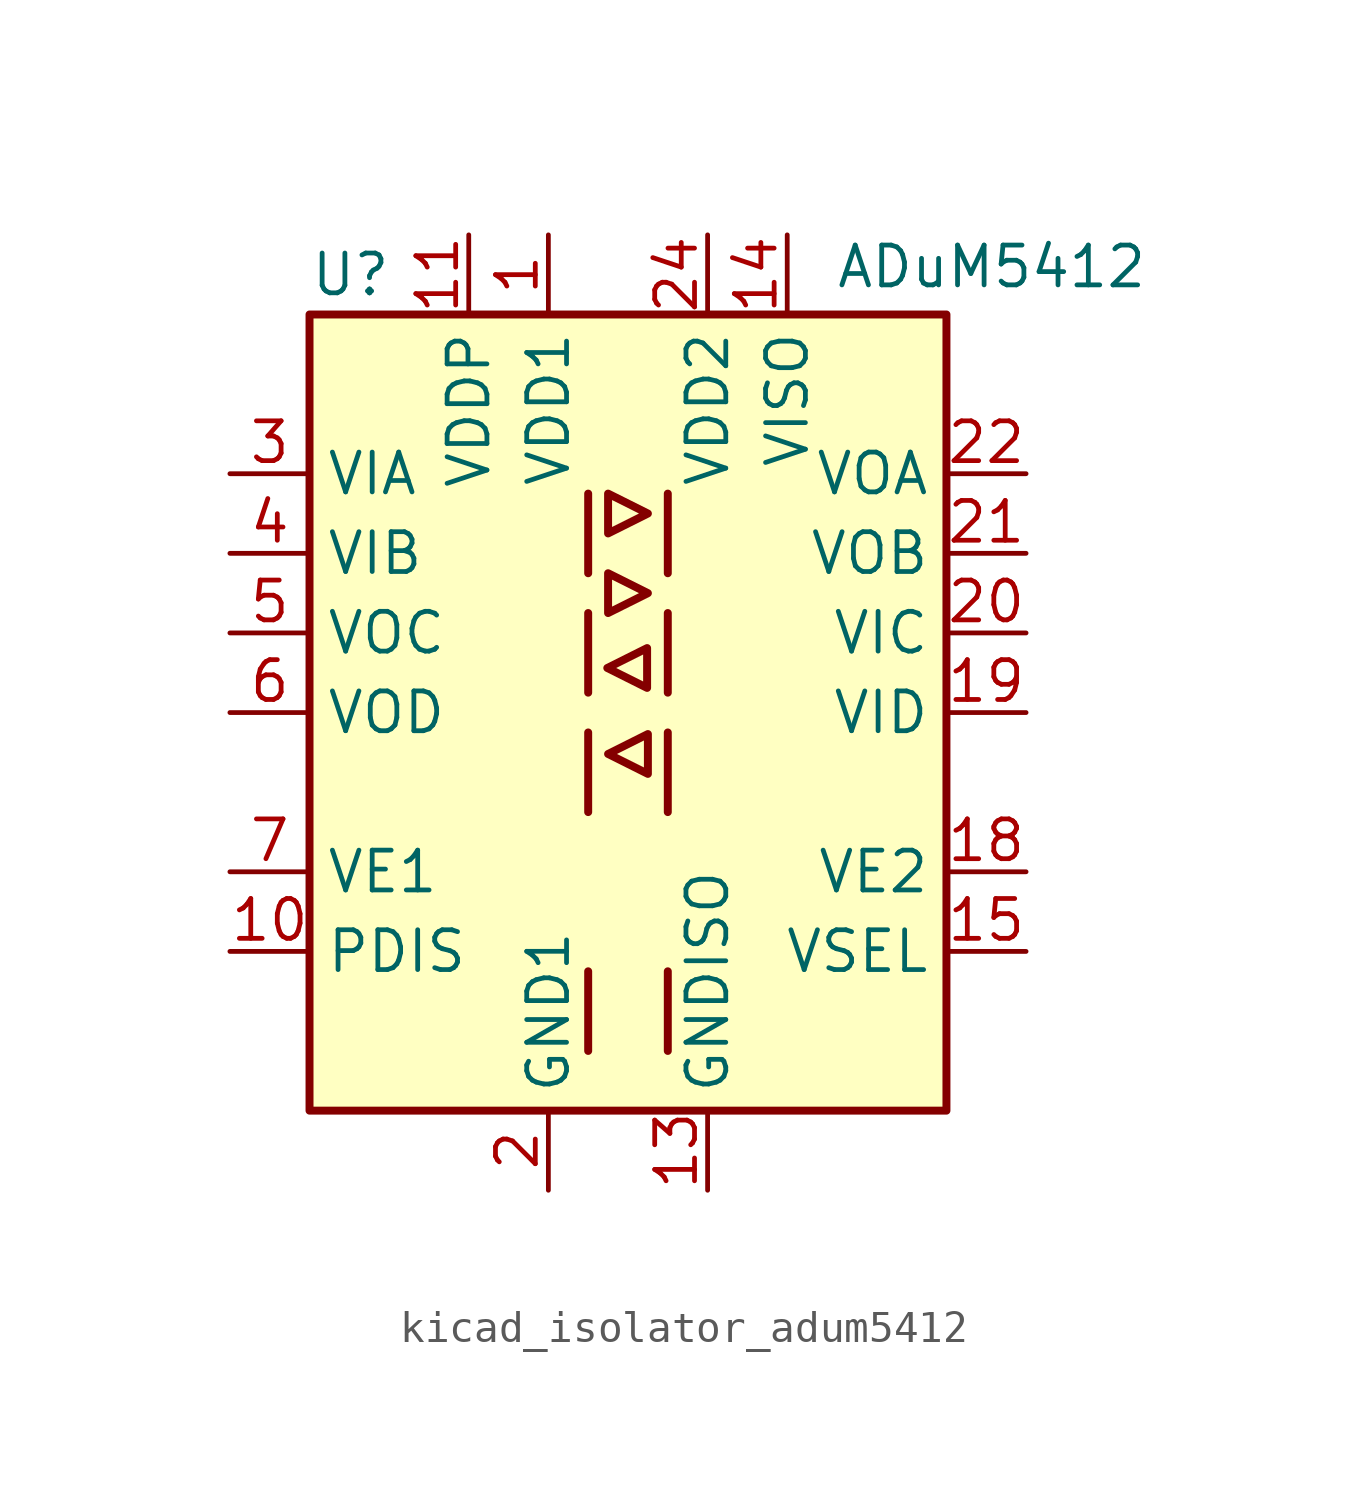
<source format=kicad_sym>
(kicad_symbol_lib
  (version 20220914)
  (generator kicad_symbol_editor)
  (symbol "kicad_isolator_adum5412"
    (property "Reference" "U"
      (at -10.16 13.97 0)
      (effects (font (size 1.27 1.27)) (justify left)))
    (property "Value" "ADuM5412"
      (at 6.604 14.224 0)
      (effects (font (size 1.27 1.27)) (justify left)))
    (symbol "kicad_isolator_adum5412_1_1"
      (rectangle (start -10.16 12.7) (end 10.16 -12.7) (stroke (width 0.254) (type default)) (fill (type background)))
      (polyline (pts (xy -1.27 -8.255) (xy -1.27 -10.795)) (stroke (width 0.254) (type default)) (fill (type none)))
      (polyline (pts (xy -1.27 -0.635) (xy -1.27 -3.175)) (stroke (width 0.254) (type default)) (fill (type none)))
      (polyline (pts (xy -1.27 3.175) (xy -1.27 0.635)) (stroke (width 0.254) (type default)) (fill (type none)))
      (polyline (pts (xy -1.27 6.985) (xy -1.27 4.445)) (stroke (width 0.254) (type default)) (fill (type none)))
      (polyline (pts (xy 1.27 -8.255) (xy 1.27 -10.795)) (stroke (width 0.254) (type default)) (fill (type none)))
      (polyline (pts (xy 1.27 -0.635) (xy 1.27 -3.175)) (stroke (width 0.254) (type default)) (fill (type none)))
      (polyline (pts (xy 1.27 3.175) (xy 1.27 0.635)) (stroke (width 0.254) (type default)) (fill (type none)))
      (polyline (pts (xy 1.27 6.985) (xy 1.27 4.445)) (stroke (width 0.254) (type default)) (fill (type none)))
      (polyline (pts (xy -0.635 4.445) (xy -0.635 3.175) (xy 0.635 3.81) (xy -0.635 4.445)) (stroke (width 0.254) (type default)) (fill (type none)))
      (polyline (pts (xy -0.635 5.715) (xy 0.635 6.35) (xy -0.635 6.985) (xy -0.635 5.715)) (stroke (width 0.254) (type default)) (fill (type none)))
      (polyline (pts (xy 0.61 0.787) (xy -0.66 1.422) (xy 0.61 2.057) (xy 0.61 0.787)) (stroke (width 0.254) (type default)) (fill (type none)))
      (polyline (pts (xy 0.635 -0.686) (xy 0.635 -1.956) (xy -0.635 -1.321) (xy 0.635 -0.686)) (stroke (width 0.254) (type default)) (fill (type none)))
      (pin power_in line (at -2.54 15.24 270) (length 2.54) (name "VDD1" (effects (font (size 1.27 1.27)))) (number "1" (effects (font (size 1.27 1.27)))))
      (pin input line (at -12.7 -7.62 0) (length 2.54) (name "PDIS" (effects (font (size 1.27 1.27)))) (number "10" (effects (font (size 1.27 1.27)))))
      (pin power_in line (at -5.08 15.24 270) (length 2.54) (name "VDDP" (effects (font (size 1.27 1.27)))) (number "11" (effects (font (size 1.27 1.27)))))
      (pin passive line (at -2.54 -15.24 90) (length 2.54) hide (name "GND1" (effects (font (size 1.27 1.27)))) (number "12" (effects (font (size 1.27 1.27)))))
      (pin power_in line (at 2.54 -15.24 90) (length 2.54) (name "GNDISO" (effects (font (size 1.27 1.27)))) (number "13" (effects (font (size 1.27 1.27)))))
      (pin power_out line (at 5.08 15.24 270) (length 2.54) (name "VISO" (effects (font (size 1.27 1.27)))) (number "14" (effects (font (size 1.27 1.27)))))
      (pin input line (at 12.7 -7.62 180) (length 2.54) (name "VSEL" (effects (font (size 1.27 1.27)))) (number "15" (effects (font (size 1.27 1.27)))))
      (pin passive line (at 2.54 -15.24 90) (length 2.54) hide (name "GNDISO" (effects (font (size 1.27 1.27)))) (number "16" (effects (font (size 1.27 1.27)))))
      (pin no_connect line (at 10.16 -2.54 180) (length 2.54) hide (name "NC" (effects (font (size 1.27 1.27)))) (number "17" (effects (font (size 1.27 1.27)))))
      (pin input line (at 12.7 -5.08 180) (length 2.54) (name "VE2" (effects (font (size 1.27 1.27)))) (number "18" (effects (font (size 1.27 1.27)))))
      (pin input line (at 12.7 0 180) (length 2.54) (name "VID" (effects (font (size 1.27 1.27)))) (number "19" (effects (font (size 1.27 1.27)))))
      (pin power_in line (at -2.54 -15.24 90) (length 2.54) (name "GND1" (effects (font (size 1.27 1.27)))) (number "2" (effects (font (size 1.27 1.27)))))
      (pin input line (at 12.7 2.54 180) (length 2.54) (name "VIC" (effects (font (size 1.27 1.27)))) (number "20" (effects (font (size 1.27 1.27)))))
      (pin output line (at 12.7 5.08 180) (length 2.54) (name "VOB" (effects (font (size 1.27 1.27)))) (number "21" (effects (font (size 1.27 1.27)))))
      (pin output line (at 12.7 7.62 180) (length 2.54) (name "VOA" (effects (font (size 1.27 1.27)))) (number "22" (effects (font (size 1.27 1.27)))))
      (pin passive line (at 2.54 -15.24 90) (length 2.54) hide (name "GNDISO" (effects (font (size 1.27 1.27)))) (number "23" (effects (font (size 1.27 1.27)))))
      (pin power_in line (at 2.54 15.24 270) (length 2.54) (name "VDD2" (effects (font (size 1.27 1.27)))) (number "24" (effects (font (size 1.27 1.27)))))
      (pin input line (at -12.7 7.62 0) (length 2.54) (name "VIA" (effects (font (size 1.27 1.27)))) (number "3" (effects (font (size 1.27 1.27)))))
      (pin input line (at -12.7 5.08 0) (length 2.54) (name "VIB" (effects (font (size 1.27 1.27)))) (number "4" (effects (font (size 1.27 1.27)))))
      (pin output line (at -12.7 2.54 0) (length 2.54) (name "VOC" (effects (font (size 1.27 1.27)))) (number "5" (effects (font (size 1.27 1.27)))))
      (pin output line (at -12.7 0 0) (length 2.54) (name "VOD" (effects (font (size 1.27 1.27)))) (number "6" (effects (font (size 1.27 1.27)))))
      (pin input line (at -12.7 -5.08 0) (length 2.54) (name "VE1" (effects (font (size 1.27 1.27)))) (number "7" (effects (font (size 1.27 1.27)))))
      (pin no_connect line (at -10.16 -2.54 0) (length 2.54) hide (name "NC" (effects (font (size 1.27 1.27)))) (number "8" (effects (font (size 1.27 1.27)))))
      (pin passive line (at -2.54 -15.24 90) (length 2.54) hide (name "GND1" (effects (font (size 1.27 1.27)))) (number "9" (effects (font (size 1.27 1.27))))))))
</source>
